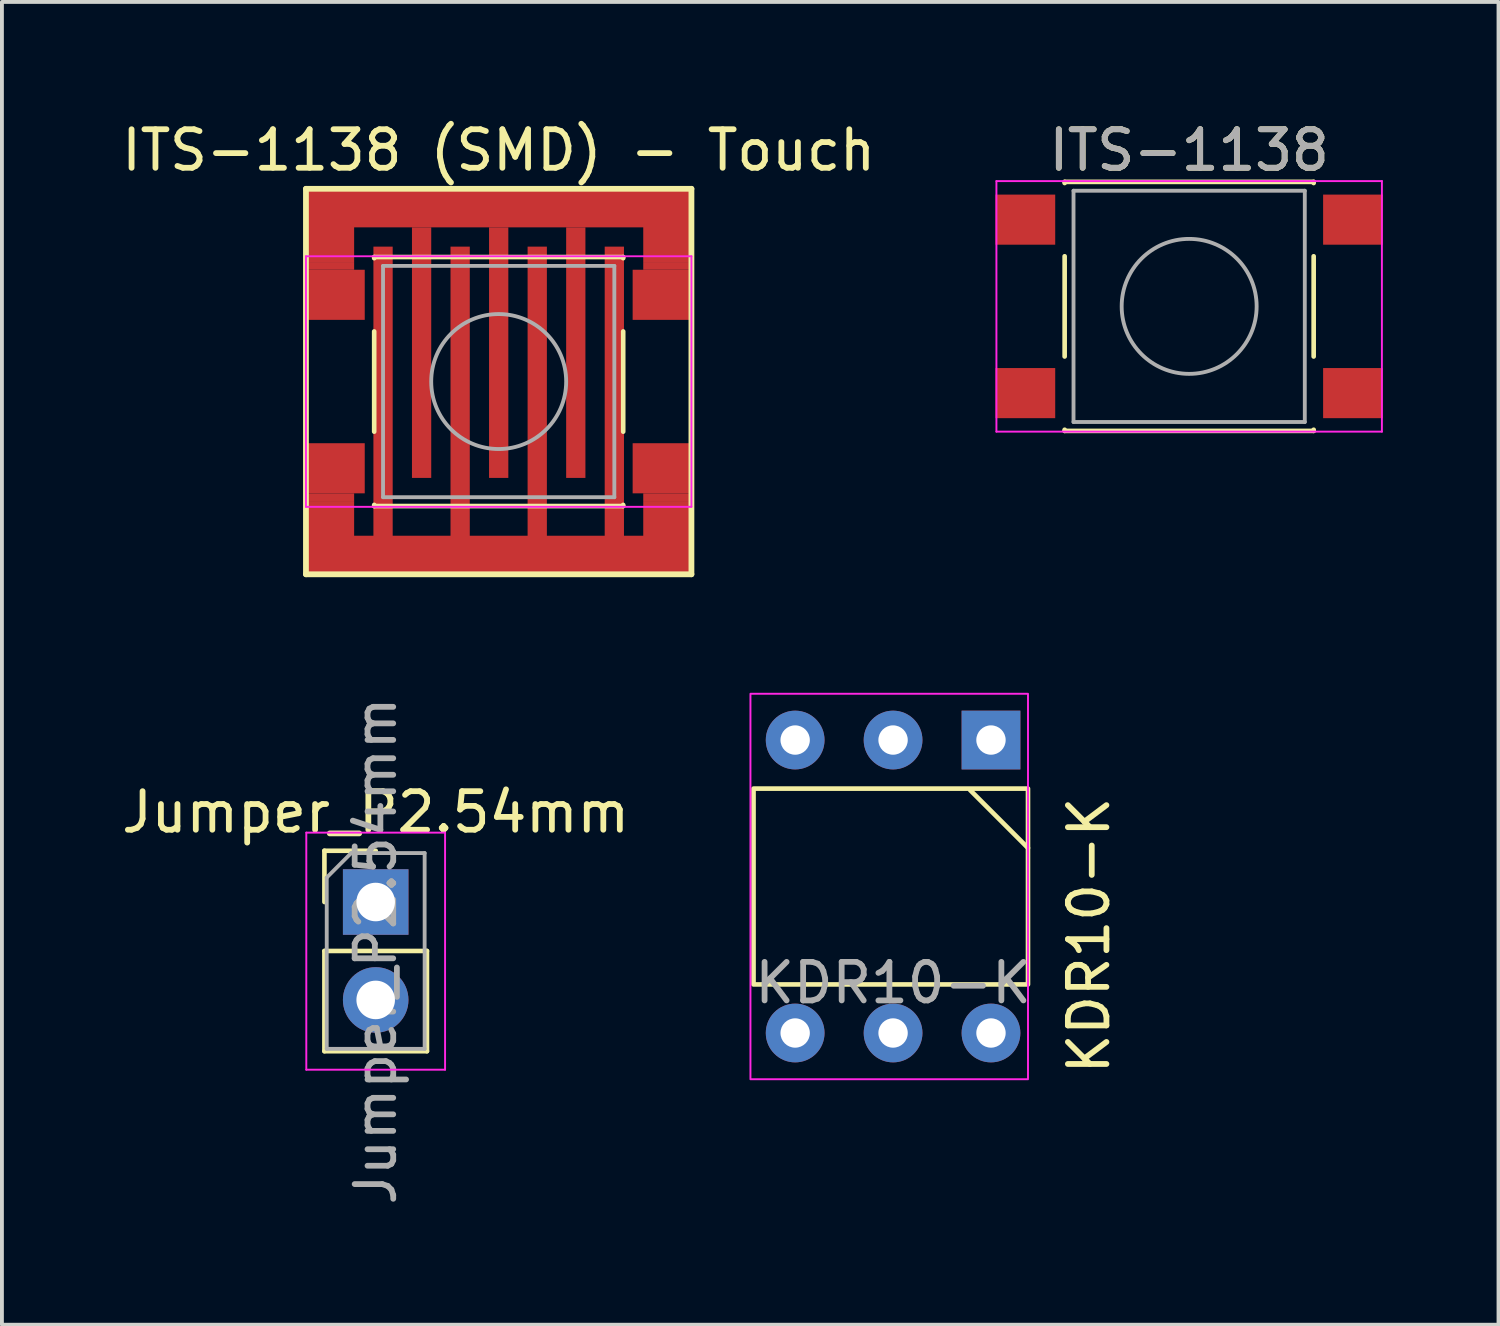
<source format=kicad_pcb>
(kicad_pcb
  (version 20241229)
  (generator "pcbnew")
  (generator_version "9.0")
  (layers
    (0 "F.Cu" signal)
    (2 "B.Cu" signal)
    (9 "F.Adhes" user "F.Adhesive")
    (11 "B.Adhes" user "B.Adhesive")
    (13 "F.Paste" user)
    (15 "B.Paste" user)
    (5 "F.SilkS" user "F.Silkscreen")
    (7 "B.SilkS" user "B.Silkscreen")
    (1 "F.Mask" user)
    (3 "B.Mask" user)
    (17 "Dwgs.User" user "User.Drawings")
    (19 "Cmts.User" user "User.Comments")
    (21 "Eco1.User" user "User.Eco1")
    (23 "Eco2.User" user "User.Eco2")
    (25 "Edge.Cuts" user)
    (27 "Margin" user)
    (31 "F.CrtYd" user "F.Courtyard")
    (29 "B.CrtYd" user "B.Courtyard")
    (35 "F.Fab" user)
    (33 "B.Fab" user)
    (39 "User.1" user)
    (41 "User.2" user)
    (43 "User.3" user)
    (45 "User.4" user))
  (footprint "KDR10-K"
    (layer "F.Cu")
    (at 20.118 19.948)
    (property "Reference" "KDR10-K" (at 5.08 1.27 90) (unlocked yes) (layer "F.SilkS") (effects (font (size 1 1) (thickness 0.15))))
    (attr through_hole)
    (fp_line (start 2 -2.5) (end 3.5 -1) (stroke (width 0.12) (type solid)) (layer "F.SilkS"))
    (fp_rect (start -3.62 -2.54) (end 3.5 2.54) (stroke (width 0.12) (type solid)) (fill no) (layer "F.SilkS"))
    (fp_rect (start -3.7 -5) (end 3.5 5) (stroke (width 0.05) (type solid)) (fill no) (layer "F.CrtYd"))
    (fp_text user "${REFERENCE}" (at 0 2.5 0) (unlocked yes) (layer "F.Fab") (effects (font (size 1 1) (thickness 0.15))))
    (pad "1" thru_hole rect (at 2.54 -3.8) (size 1.524 1.524) (drill 0.762) (layers "*.Cu" "*.Mask"))
    (pad "2" thru_hole circle (at -2.54 3.8) (size 1.524 1.524) (drill 0.762) (layers "*.Cu" "*.Mask"))
    (pad "4" thru_hole circle (at -2.54 -3.8) (size 1.524 1.524) (drill 0.762) (layers "*.Cu" "*.Mask"))
    (pad "8" thru_hole circle (at 2.54 3.8) (size 1.524 1.524) (drill 0.762) (layers "*.Cu" "*.Mask"))
    (pad "C" thru_hole circle (at 0 -3.8) (size 1.524 1.524) (drill 0.762) (layers "*.Cu" "*.Mask"))
    (pad "C" thru_hole circle (at 0 3.8) (size 1.524 1.524) (drill 0.762) (layers "*.Cu" "*.Mask")))
  (footprint "ITS-1138"
    (layer "F.Cu")
    (at 27.799 4.898)
    (property "Reference" "ITS-1138" (at 0 -4.05 0) (layer "F.SilkS") (effects (font (size 1 1) (thickness 0.15))))
    (attr smd)
    (fp_line (start -3.23 -3.23) (end 3.23 -3.23) (stroke (width 0.12) (type solid)) (layer "F.SilkS"))
    (fp_line (start -3.23 -3.2) (end -3.23 -3.23) (stroke (width 0.12) (type solid)) (layer "F.SilkS"))
    (fp_line (start -3.23 -1.3) (end -3.23 1.3) (stroke (width 0.12) (type solid)) (layer "F.SilkS"))
    (fp_line (start -3.23 3.23) (end -3.23 3.2) (stroke (width 0.12) (type solid)) (layer "F.SilkS"))
    (fp_line (start -3.23 3.23) (end 3.23 3.23) (stroke (width 0.12) (type solid)) (layer "F.SilkS"))
    (fp_line (start 3.23 -3.23) (end 3.23 -3.2) (stroke (width 0.12) (type solid)) (layer "F.SilkS"))
    (fp_line (start 3.23 -1.3) (end 3.23 1.3) (stroke (width 0.12) (type solid)) (layer "F.SilkS"))
    (fp_line (start 3.23 3.23) (end 3.23 3.2) (stroke (width 0.12) (type solid)) (layer "F.SilkS"))
    (fp_line (start -5 -3.25) (end -5 3.25) (stroke (width 0.05) (type solid)) (layer "F.CrtYd"))
    (fp_line (start -5 -3.25) (end 5 -3.25) (stroke (width 0.05) (type solid)) (layer "F.CrtYd"))
    (fp_line (start -5 3.25) (end 5 3.25) (stroke (width 0.05) (type solid)) (layer "F.CrtYd"))
    (fp_line (start 5 3.25) (end 5 -3.25) (stroke (width 0.05) (type solid)) (layer "F.CrtYd"))
    (fp_line (start -3 -3) (end -3 3) (stroke (width 0.1) (type solid)) (layer "F.Fab"))
    (fp_line (start -3 3) (end 3 3) (stroke (width 0.1) (type solid)) (layer "F.Fab"))
    (fp_line (start 3 -3) (end -3 -3) (stroke (width 0.1) (type solid)) (layer "F.Fab"))
    (fp_line (start 3 3) (end 3 -3) (stroke (width 0.1) (type solid)) (layer "F.Fab"))
    (fp_circle (center 0 0) (end 1.75 -0.05) (stroke (width 0.1) (type solid)) (fill no) (layer "F.Fab"))
    (fp_text user "${REFERENCE}" (at 0 -4.05 0) (layer "F.Fab") (effects (font (size 1 1) (thickness 0.15))))
    (pad "1" smd rect (at -4.25 -2.25) (size 1.55 1.3) (layers "F.Cu" "F.Mask" "F.Paste"))
    (pad "1" smd rect (at 4.25 -2.25) (size 1.55 1.3) (layers "F.Cu" "F.Mask" "F.Paste"))
    (pad "2" smd rect (at -4.25 2.25) (size 1.55 1.3) (layers "F.Cu" "F.Mask" "F.Paste"))
    (pad "2" smd rect (at 4.25 2.25) (size 1.55 1.3) (layers "F.Cu" "F.Mask" "F.Paste")))
  (footprint "Jumper_P2.54mm"
    (layer "F.Cu")
    (at 6.696 20.35)
    (property "Reference" "Jumper_P2.54mm" (at 0 -2.33 0) (layer "F.SilkS") (effects (font (size 1 1) (thickness 0.15))))
    (attr through_hole)
    (fp_line (start -1.33 -1.33) (end 0 -1.33) (stroke (width 0.12) (type solid)) (layer "F.SilkS"))
    (fp_line (start -1.33 0) (end -1.33 -1.33) (stroke (width 0.12) (type solid)) (layer "F.SilkS"))
    (fp_line (start -1.33 1.27) (end -1.33 3.87) (stroke (width 0.12) (type solid)) (layer "F.SilkS"))
    (fp_line (start -1.33 1.27) (end 1.33 1.27) (stroke (width 0.12) (type solid)) (layer "F.SilkS"))
    (fp_line (start -1.33 3.87) (end 1.33 3.87) (stroke (width 0.12) (type solid)) (layer "F.SilkS"))
    (fp_line (start 1.33 1.27) (end 1.33 3.87) (stroke (width 0.12) (type solid)) (layer "F.SilkS"))
    (fp_line (start -1.8 -1.8) (end -1.8 4.35) (stroke (width 0.05) (type solid)) (layer "F.CrtYd"))
    (fp_line (start -1.8 4.35) (end 1.8 4.35) (stroke (width 0.05) (type solid)) (layer "F.CrtYd"))
    (fp_line (start 1.8 -1.8) (end -1.8 -1.8) (stroke (width 0.05) (type solid)) (layer "F.CrtYd"))
    (fp_line (start 1.8 4.35) (end 1.8 -1.8) (stroke (width 0.05) (type solid)) (layer "F.CrtYd"))
    (fp_line (start -1.27 -0.635) (end -0.635 -1.27) (stroke (width 0.1) (type solid)) (layer "F.Fab"))
    (fp_line (start -1.27 3.81) (end -1.27 -0.635) (stroke (width 0.1) (type solid)) (layer "F.Fab"))
    (fp_line (start -0.635 -1.27) (end 1.27 -1.27) (stroke (width 0.1) (type solid)) (layer "F.Fab"))
    (fp_line (start 1.27 -1.27) (end 1.27 3.81) (stroke (width 0.1) (type solid)) (layer "F.Fab"))
    (fp_line (start 1.27 3.81) (end -1.27 3.81) (stroke (width 0.1) (type solid)) (layer "F.Fab"))
    (fp_text user "${REFERENCE}" (at 0 1.27 90) (layer "F.Fab") (effects (font (size 1 1) (thickness 0.15))))
    (pad "1" thru_hole rect (at 0 0) (size 1.7 1.7) (drill 1) (layers "*.Cu" "*.Mask"))
    (pad "2" thru_hole oval (at 0 2.54) (size 1.7 1.7) (drill 1) (layers "*.Cu" "*.Mask"))
    (zone (net_name "") (layers "F.Cu" "B.Cu") (hatch edge 0.508) (connect_pads) (min_thickness 0.254) (filled_areas_thickness no) (keepout (tracks not_allowed) (vias not_allowed) (pads not_allowed) (copperpour not_allowed) (footprints allowed)) (placement (enabled no)) (fill) (polygon (pts (xy 5.846 21.2) (xy 7.546 21.2) (xy 7.546 22.04) (xy 5.846 22.04)))))
  (footprint "ITS-1138 (SMD) - Touch"
    (layer "F.Cu")
    (at 9.887 6.848)
    (property "Reference" "ITS-1138 (SMD) - Touch" (at 0 -6 0) (layer "F.SilkS") (effects (font (size 1 1) (thickness 0.15))))
    (fp_line (start -5 -5) (end 5 -5) (stroke (width 0.15) (type solid)) (layer "F.SilkS"))
    (fp_line (start -5 5) (end -5 -5) (stroke (width 0.15) (type solid)) (layer "F.SilkS"))
    (fp_line (start -3.23 -3.23) (end 3.23 -3.23) (stroke (width 0.12) (type solid)) (layer "F.SilkS"))
    (fp_line (start -3.23 -3.2) (end -3.23 -3.23) (stroke (width 0.12) (type solid)) (layer "F.SilkS"))
    (fp_line (start -3.23 -1.3) (end -3.23 1.3) (stroke (width 0.12) (type solid)) (layer "F.SilkS"))
    (fp_line (start -3.23 3.23) (end -3.23 3.2) (stroke (width 0.12) (type solid)) (layer "F.SilkS"))
    (fp_line (start -3.23 3.23) (end 3.23 3.23) (stroke (width 0.12) (type solid)) (layer "F.SilkS"))
    (fp_line (start 3.23 -3.23) (end 3.23 -3.2) (stroke (width 0.12) (type solid)) (layer "F.SilkS"))
    (fp_line (start 3.23 -1.3) (end 3.23 1.3) (stroke (width 0.12) (type solid)) (layer "F.SilkS"))
    (fp_line (start 3.23 3.23) (end 3.23 3.2) (stroke (width 0.12) (type solid)) (layer "F.SilkS"))
    (fp_line (start 5 -5) (end 5 5) (stroke (width 0.15) (type solid)) (layer "F.SilkS"))
    (fp_line (start 5 5) (end -5 5) (stroke (width 0.15) (type solid)) (layer "F.SilkS"))
    (fp_line (start -5 -3.25) (end -5 3.25) (stroke (width 0.05) (type solid)) (layer "F.CrtYd"))
    (fp_line (start -5 -3.25) (end 5 -3.25) (stroke (width 0.05) (type solid)) (layer "F.CrtYd"))
    (fp_line (start -5 3.25) (end 5 3.25) (stroke (width 0.05) (type solid)) (layer "F.CrtYd"))
    (fp_line (start 5 3.25) (end 5 -3.25) (stroke (width 0.05) (type solid)) (layer "F.CrtYd"))
    (fp_line (start -3 -3) (end -3 3) (stroke (width 0.1) (type solid)) (layer "F.Fab"))
    (fp_line (start -3 3) (end 3 3) (stroke (width 0.1) (type solid)) (layer "F.Fab"))
    (fp_line (start 3 -3) (end -3 -3) (stroke (width 0.1) (type solid)) (layer "F.Fab"))
    (fp_line (start 3 3) (end 3 -3) (stroke (width 0.1) (type solid)) (layer "F.Fab"))
    (fp_circle (center 0 0) (end 1.75 -0.05) (stroke (width 0.1) (type solid)) (fill no) (layer "F.Fab"))
    (pad "1" smd rect (at -4.375 -3.8) (size 1.25 1.4) (layers "F.Cu" "F.Paste"))
    (pad "1" smd rect (at -4.375 -3) (size 1.25 0.2) (layers "F.Cu"))
    (pad "1" smd rect (at -4.25 -2.25) (size 1.55 1.3) (layers "F.Cu" "F.Mask" "F.Paste"))
    (pad "1" smd rect (at -2 -0.75) (size 0.5 6.5) (layers "F.Cu" "F.Paste"))
    (pad "1" smd rect (at 0 -4.5) (size 10 1) (layers "F.Cu" "F.Paste"))
    (pad "1" smd rect (at 0 -0.75) (size 0.5 6.5) (layers "F.Cu" "F.Paste"))
    (pad "1" smd rect (at 2 -0.75) (size 0.5 6.5) (layers "F.Cu" "F.Paste"))
    (pad "1" smd rect (at 4.25 -2.25) (size 1.55 1.3) (layers "F.Cu" "F.Mask" "F.Paste"))
    (pad "1" smd rect (at 4.375 -3.8) (size 1.25 1.4) (layers "F.Cu" "F.Paste"))
    (pad "1" smd rect (at 4.375 -3) (size 1.25 0.2) (layers "F.Cu"))
    (pad "2" smd rect (at -4.375 3) (size 1.25 0.2) (layers "F.Cu"))
    (pad "2" smd rect (at -4.375 3.8) (size 1.25 1.4) (layers "F.Cu" "F.Paste"))
    (pad "2" smd rect (at -4.25 2.25) (size 1.55 1.3) (layers "F.Cu" "F.Mask" "F.Paste"))
    (pad "2" smd rect (at -3 0.5) (size 0.5 8) (layers "F.Cu" "F.Paste"))
    (pad "2" smd rect (at -1 0.5) (size 0.5 8) (layers "F.Cu" "F.Paste"))
    (pad "2" smd rect (at 0 4.5) (size 10 1) (layers "F.Cu" "F.Paste"))
    (pad "2" smd rect (at 1 0.5) (size 0.5 8) (layers "F.Cu" "F.Paste"))
    (pad "2" smd rect (at 3 0.5) (size 0.5 8) (layers "F.Cu" "F.Paste"))
    (pad "2" smd rect (at 4.25 2.25) (size 1.55 1.3) (layers "F.Cu" "F.Mask" "F.Paste"))
    (pad "2" smd rect (at 4.375 3) (size 1.25 0.2) (layers "F.Cu"))
    (pad "2" smd rect (at 4.375 3.8) (size 1.25 1.4) (layers "F.Cu" "F.Paste")))
  (gr_rect
    (start -3 -3)
    (end 35.824 31.316)
    (stroke (width 0.1) (type default))
    (fill no)
    (layer "Edge.Cuts")))
</source>
